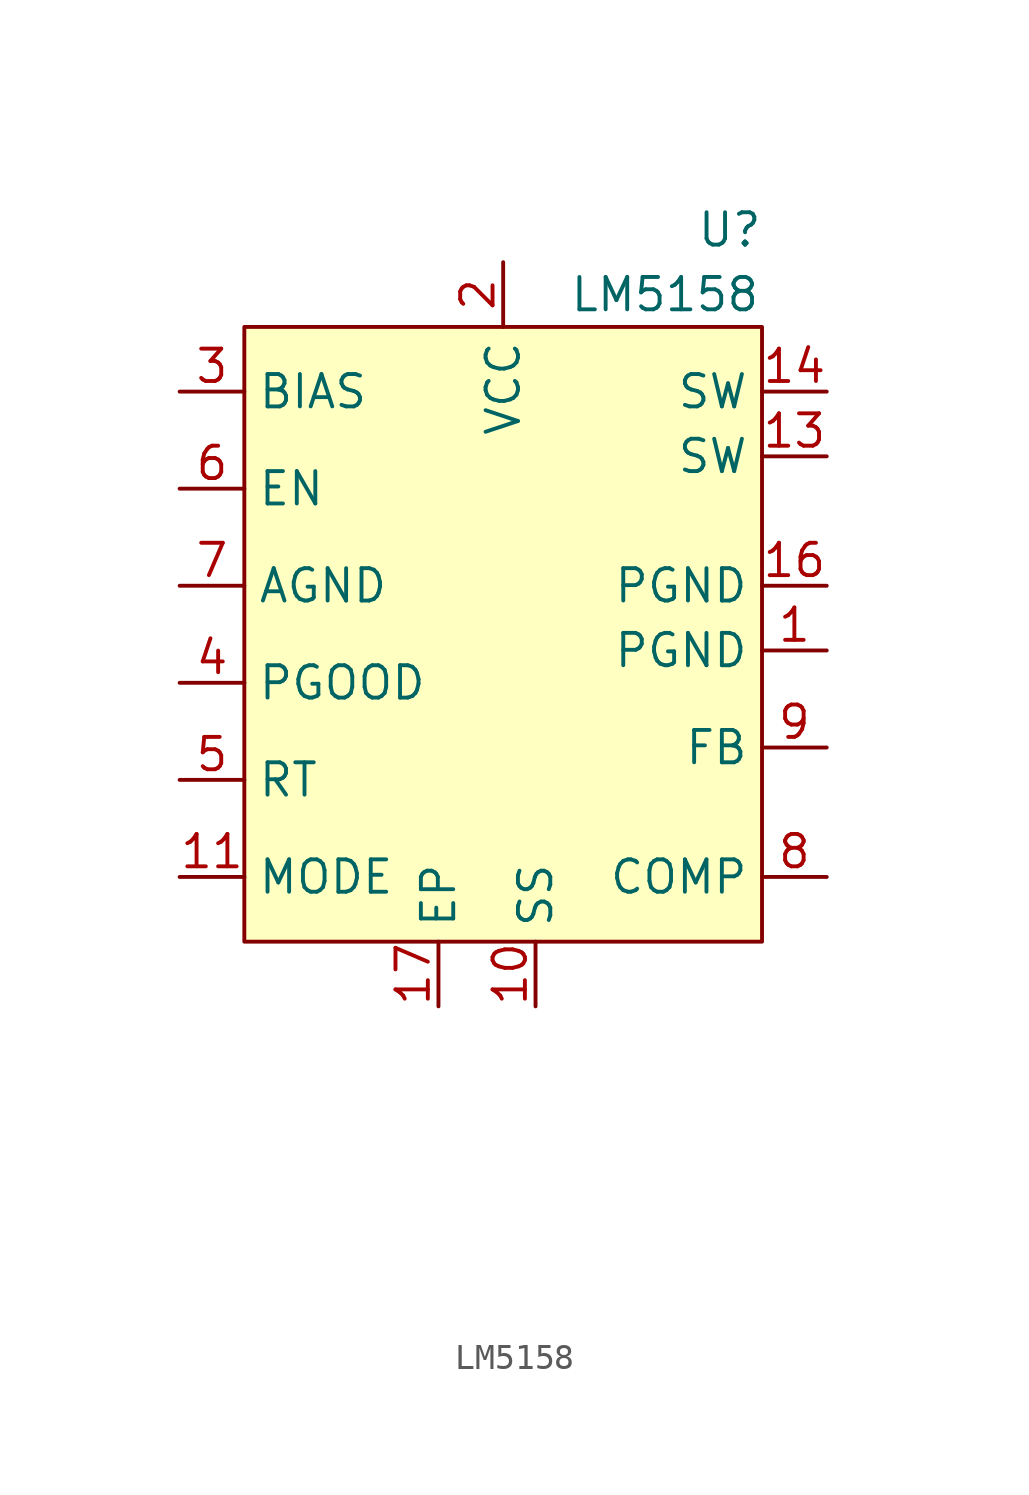
<source format=kicad_sym>
(kicad_symbol_lib
  (version 20220914)
  (generator kicad_symbol_editor)
  (symbol "LM5158"
    (property "Reference" "U"
      (at 12.7 10.16 0)
      (effects (font (size 1.27 1.27))))
    (property "Value" "LM5158"
      (at 10.16 7.62 0)
      (effects (font (size 1.27 1.27))))
    (symbol "LM5158_0_1"
      (rectangle (start -6.35 6.35) (end 13.97 -17.78) (stroke (width 0) (type default)) (fill (type background))))
    (symbol "LM5158_1_1"
      (pin passive line (at 16.51 -6.35 180) (length 2.54) (name "PGND" (effects (font (size 1.27 1.27)))) (number "1" (effects (font (size 1.27 1.27)))))
      (pin passive line (at 5.08 -20.32 90) (length 2.54) (name "SS" (effects (font (size 1.27 1.27)))) (number "10" (effects (font (size 1.27 1.27)))))
      (pin passive line (at -8.89 -15.24 0) (length 2.54) (name "MODE" (effects (font (size 1.27 1.27)))) (number "11" (effects (font (size 1.27 1.27)))))
      (pin power_out line (at 16.51 1.27 180) (length 2.54) (name "SW" (effects (font (size 1.27 1.27)))) (number "13" (effects (font (size 1.27 1.27)))))
      (pin power_out line (at 16.51 3.81 180) (length 2.54) (name "SW" (effects (font (size 1.27 1.27)))) (number "14" (effects (font (size 1.27 1.27)))))
      (pin no_connect line (at 17.78 -26.67 180) (length 2.54) hide (name "NC" (effects (font (size 1.27 1.27)))) (number "15" (effects (font (size 1.27 1.27)))))
      (pin passive line (at 16.51 -3.81 180) (length 2.54) (name "PGND" (effects (font (size 1.27 1.27)))) (number "16" (effects (font (size 1.27 1.27)))))
      (pin passive line (at 1.27 -20.32 90) (length 2.54) (name "EP" (effects (font (size 1.27 1.27)))) (number "17" (effects (font (size 1.27 1.27)))))
      (pin no_connect line (at 17.78 -29.21 180) (length 2.54) hide (name "NC" (effects (font (size 1.27 1.27)))) (number "2" (effects (font (size 1.27 1.27)))))
      (pin power_in line (at 3.81 8.89 270) (length 2.54) (name "VCC" (effects (font (size 1.27 1.27)))) (number "2" (effects (font (size 1.27 1.27)))))
      (pin power_in line (at -8.89 3.81 0) (length 2.54) (name "BIAS" (effects (font (size 1.27 1.27)))) (number "3" (effects (font (size 1.27 1.27)))))
      (pin passive line (at -8.89 -7.62 0) (length 2.54) (name "PGOOD" (effects (font (size 1.27 1.27)))) (number "4" (effects (font (size 1.27 1.27)))))
      (pin passive line (at -8.89 -11.43 0) (length 2.54) (name "RT" (effects (font (size 1.27 1.27)))) (number "5" (effects (font (size 1.27 1.27)))))
      (pin input line (at -8.89 0 0) (length 2.54) (name "EN" (effects (font (size 1.27 1.27)))) (number "6" (effects (font (size 1.27 1.27)))))
      (pin passive line (at -8.89 -3.81 0) (length 2.54) (name "AGND" (effects (font (size 1.27 1.27)))) (number "7" (effects (font (size 1.27 1.27)))))
      (pin input line (at 16.51 -15.24 180) (length 2.54) (name "COMP" (effects (font (size 1.27 1.27)))) (number "8" (effects (font (size 1.27 1.27)))))
      (pin input line (at 16.51 -10.16 180) (length 2.54) (name "FB" (effects (font (size 1.27 1.27)))) (number "9" (effects (font (size 1.27 1.27))))))))
</source>
